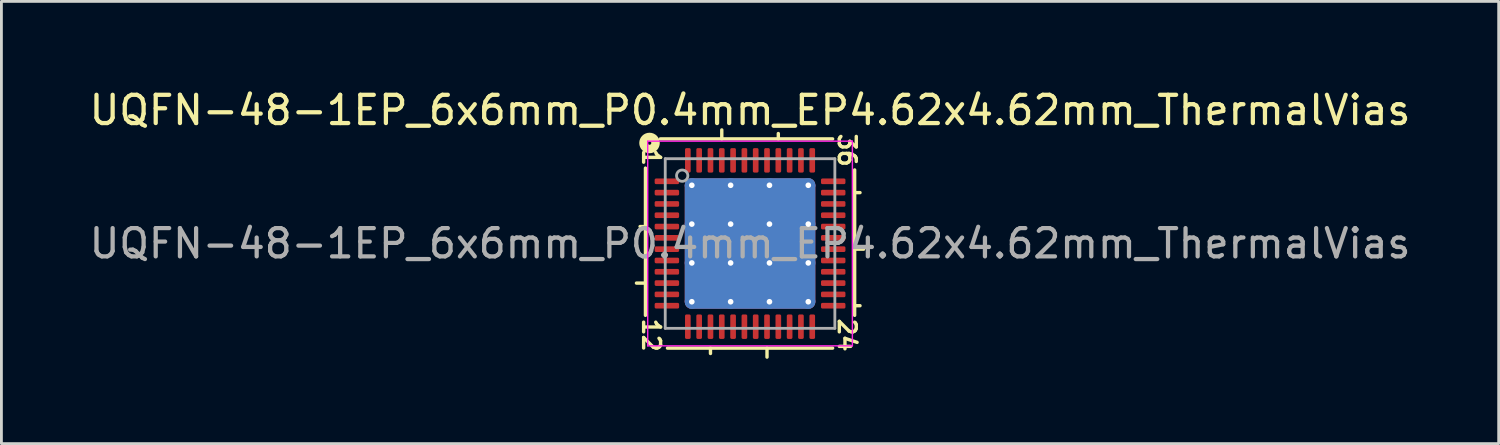
<source format=kicad_pcb>
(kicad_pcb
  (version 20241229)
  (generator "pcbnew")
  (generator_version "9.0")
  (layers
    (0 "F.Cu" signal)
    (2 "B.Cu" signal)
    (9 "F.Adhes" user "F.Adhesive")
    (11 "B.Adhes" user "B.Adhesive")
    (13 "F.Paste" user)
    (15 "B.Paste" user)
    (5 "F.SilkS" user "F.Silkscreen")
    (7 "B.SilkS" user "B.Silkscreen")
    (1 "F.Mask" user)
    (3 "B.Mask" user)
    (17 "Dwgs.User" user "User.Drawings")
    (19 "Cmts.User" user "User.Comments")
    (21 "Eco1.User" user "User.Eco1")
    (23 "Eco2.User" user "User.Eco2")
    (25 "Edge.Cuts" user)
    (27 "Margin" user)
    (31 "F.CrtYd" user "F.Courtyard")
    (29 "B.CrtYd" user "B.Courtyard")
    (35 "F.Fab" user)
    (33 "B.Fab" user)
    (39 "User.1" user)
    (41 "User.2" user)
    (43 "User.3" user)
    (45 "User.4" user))
  (footprint "UQFN-48-1EP_6x6mm_P0.4mm_EP4.62x4.62mm_ThermalVias"
    (layer "F.Cu")
    (at 23.482 5.564)
    (property "Reference" "UQFN-48-1EP_6x6mm_P0.4mm_EP4.62x4.62mm_ThermalVias" (at 0 -4.716 0) (layer "F.SilkS") (effects (font (size 1 1) (thickness 0.15))))
    (attr smd)
    (fp_line (start -3.7 -2.667) (end -3.7 2.54) (stroke (width 0.12) (type solid)) (layer "F.SilkS"))
    (fp_line (start -3.7 -0.6) (end -3.89 -0.6) (stroke (width 0.12) (type solid)) (layer "F.SilkS"))
    (fp_line (start -3.7 1.4) (end -4.018 1.4) (stroke (width 0.12) (type solid)) (layer "F.SilkS"))
    (fp_line (start -2.921 3.7) (end 2.921 3.7) (stroke (width 0.12) (type solid)) (layer "F.SilkS"))
    (fp_line (start -1.4 3.89) (end -1.4 3.7) (stroke (width 0.12) (type solid)) (layer "F.SilkS"))
    (fp_line (start -1 -3.7) (end -1 -4.018) (stroke (width 0.12) (type solid)) (layer "F.SilkS"))
    (fp_line (start 0.6 3.7) (end 0.6 4.018) (stroke (width 0.12) (type solid)) (layer "F.SilkS"))
    (fp_line (start 1 -3.7) (end 1 -3.89) (stroke (width 0.12) (type solid)) (layer "F.SilkS"))
    (fp_line (start 2.921 -3.7) (end -3.175 -3.7) (stroke (width 0.12) (type solid)) (layer "F.SilkS"))
    (fp_line (start 3.7 -1.8) (end 3.89 -1.8) (stroke (width 0.12) (type solid)) (layer "F.SilkS"))
    (fp_line (start 3.7 0.2) (end 4.018 0.2) (stroke (width 0.12) (type solid)) (layer "F.SilkS"))
    (fp_line (start 3.7 2.2) (end 3.89 2.2) (stroke (width 0.12) (type solid)) (layer "F.SilkS"))
    (fp_line (start 3.7 2.54) (end 3.7 -2.603) (stroke (width 0.12) (type solid)) (layer "F.SilkS"))
    (fp_circle (center -3.556 -3.556) (end -3.493 -3.556) (stroke (width 0.3) (type solid)) (fill no) (layer "F.SilkS"))
    (fp_line (start -3.62 -3.62) (end -3.62 3.62) (stroke (width 0.05) (type solid)) (layer "F.CrtYd"))
    (fp_line (start -3.62 3.62) (end 3.62 3.62) (stroke (width 0.05) (type solid)) (layer "F.CrtYd"))
    (fp_line (start 3.62 -3.62) (end -3.62 -3.62) (stroke (width 0.05) (type solid)) (layer "F.CrtYd"))
    (fp_line (start 3.62 3.62) (end 3.62 -3.62) (stroke (width 0.05) (type solid)) (layer "F.CrtYd"))
    (fp_line (start -3 -3) (end 3 -3) (stroke (width 0.1) (type solid)) (layer "F.Fab"))
    (fp_line (start -3 3) (end -3 -3) (stroke (width 0.1) (type solid)) (layer "F.Fab"))
    (fp_line (start 3 -3) (end 3 3) (stroke (width 0.1) (type solid)) (layer "F.Fab"))
    (fp_line (start 3 3) (end -3 3) (stroke (width 0.1) (type solid)) (layer "F.Fab"))
    (fp_circle (center -2.4 -2.4) (end -2.2 -2.4) (stroke (width 0.1) (type solid)) (fill no) (layer "F.Fab"))
    (fp_text user "12" (at -3.493 3.239 270) (unlocked yes) (layer "F.SilkS") (effects (font (size 0.6 0.6) (thickness 0.12))))
    (fp_text user "36" (at 3.429 -3.302 270) (unlocked yes) (layer "F.SilkS") (effects (font (size 0.6 0.6) (thickness 0.12))))
    (fp_text user "1" (at -3.493 -3.048 270) (unlocked yes) (layer "F.SilkS") (effects (font (size 0.6 0.6) (thickness 0.12))))
    (fp_text user "24" (at 3.429 3.239 270) (unlocked yes) (layer "F.SilkS") (effects (font (size 0.6 0.6) (thickness 0.12))))
    (fp_text user "${REFERENCE}" (at 0 0 0) (layer "F.Fab") (effects (font (size 1 1) (thickness 0.15))))
    (pad "" smd roundrect (at -1.373 -1.373) (size 1.193 1.193) (layers "F.Paste") (roundrect_rratio 0.21))
    (pad "" smd roundrect (at -1.373 0) (size 1.193 1.193) (layers "F.Paste") (roundrect_rratio 0.21))
    (pad "" smd roundrect (at -1.373 1.373) (size 1.193 1.193) (layers "F.Paste") (roundrect_rratio 0.21))
    (pad "" smd roundrect (at 0 -1.373) (size 1.193 1.193) (layers "F.Paste") (roundrect_rratio 0.21))
    (pad "" smd roundrect (at 0 0) (size 1.193 1.193) (layers "F.Paste") (roundrect_rratio 0.21))
    (pad "" smd roundrect (at 0 1.373) (size 1.193 1.193) (layers "F.Paste") (roundrect_rratio 0.21))
    (pad "" smd roundrect (at 1.373 -1.373) (size 1.193 1.193) (layers "F.Paste") (roundrect_rratio 0.21))
    (pad "" smd roundrect (at 1.373 0) (size 1.193 1.193) (layers "F.Paste") (roundrect_rratio 0.21))
    (pad "" smd roundrect (at 1.373 1.373) (size 1.193 1.193) (layers "F.Paste") (roundrect_rratio 0.21))
    (pad "1" smd roundrect (at -2.942 -2.2) (size 0.865 0.2) (layers "F.Cu" "F.Mask" "F.Paste") (roundrect_rratio 0.25))
    (pad "2" smd roundrect (at -2.942 -1.8) (size 0.865 0.2) (layers "F.Cu" "F.Mask" "F.Paste") (roundrect_rratio 0.25))
    (pad "3" smd roundrect (at -2.942 -1.4) (size 0.865 0.2) (layers "F.Cu" "F.Mask" "F.Paste") (roundrect_rratio 0.25))
    (pad "4" smd roundrect (at -2.942 -1) (size 0.865 0.2) (layers "F.Cu" "F.Mask" "F.Paste") (roundrect_rratio 0.25))
    (pad "5" smd roundrect (at -2.942 -0.6) (size 0.865 0.2) (layers "F.Cu" "F.Mask" "F.Paste") (roundrect_rratio 0.25))
    (pad "6" smd roundrect (at -2.942 -0.2) (size 0.865 0.2) (layers "F.Cu" "F.Mask" "F.Paste") (roundrect_rratio 0.25))
    (pad "7" smd roundrect (at -2.942 0.2) (size 0.865 0.2) (layers "F.Cu" "F.Mask" "F.Paste") (roundrect_rratio 0.25))
    (pad "8" smd roundrect (at -2.942 0.6) (size 0.865 0.2) (layers "F.Cu" "F.Mask" "F.Paste") (roundrect_rratio 0.25))
    (pad "9" smd roundrect (at -2.942 1) (size 0.865 0.2) (layers "F.Cu" "F.Mask" "F.Paste") (roundrect_rratio 0.25))
    (pad "10" smd roundrect (at -2.942 1.4) (size 0.865 0.2) (layers "F.Cu" "F.Mask" "F.Paste") (roundrect_rratio 0.25))
    (pad "11" smd roundrect (at -2.942 1.8) (size 0.865 0.2) (layers "F.Cu" "F.Mask" "F.Paste") (roundrect_rratio 0.25))
    (pad "12" smd roundrect (at -2.942 2.2) (size 0.865 0.2) (layers "F.Cu" "F.Mask" "F.Paste") (roundrect_rratio 0.25))
    (pad "13" smd roundrect (at -2.2 2.942) (size 0.2 0.865) (layers "F.Cu" "F.Mask" "F.Paste") (roundrect_rratio 0.25))
    (pad "14" smd roundrect (at -1.8 2.942) (size 0.2 0.865) (layers "F.Cu" "F.Mask" "F.Paste") (roundrect_rratio 0.25))
    (pad "15" smd roundrect (at -1.4 2.942) (size 0.2 0.865) (layers "F.Cu" "F.Mask" "F.Paste") (roundrect_rratio 0.25))
    (pad "16" smd roundrect (at -1 2.942) (size 0.2 0.865) (layers "F.Cu" "F.Mask" "F.Paste") (roundrect_rratio 0.25))
    (pad "17" smd roundrect (at -0.6 2.942) (size 0.2 0.865) (layers "F.Cu" "F.Mask" "F.Paste") (roundrect_rratio 0.25))
    (pad "18" smd roundrect (at -0.2 2.942) (size 0.2 0.865) (layers "F.Cu" "F.Mask" "F.Paste") (roundrect_rratio 0.25))
    (pad "19" smd roundrect (at 0.2 2.942) (size 0.2 0.865) (layers "F.Cu" "F.Mask" "F.Paste") (roundrect_rratio 0.25))
    (pad "20" smd roundrect (at 0.6 2.942) (size 0.2 0.865) (layers "F.Cu" "F.Mask" "F.Paste") (roundrect_rratio 0.25))
    (pad "21" smd roundrect (at 1 2.942) (size 0.2 0.865) (layers "F.Cu" "F.Mask" "F.Paste") (roundrect_rratio 0.25))
    (pad "22" smd roundrect (at 1.4 2.942) (size 0.2 0.865) (layers "F.Cu" "F.Mask" "F.Paste") (roundrect_rratio 0.25))
    (pad "23" smd roundrect (at 1.8 2.942) (size 0.2 0.865) (layers "F.Cu" "F.Mask" "F.Paste") (roundrect_rratio 0.25))
    (pad "24" smd roundrect (at 2.2 2.942) (size 0.2 0.865) (layers "F.Cu" "F.Mask" "F.Paste") (roundrect_rratio 0.25))
    (pad "25" smd roundrect (at 2.942 2.2) (size 0.865 0.2) (layers "F.Cu" "F.Mask" "F.Paste") (roundrect_rratio 0.25))
    (pad "26" smd roundrect (at 2.942 1.8) (size 0.865 0.2) (layers "F.Cu" "F.Mask" "F.Paste") (roundrect_rratio 0.25))
    (pad "27" smd roundrect (at 2.942 1.4) (size 0.865 0.2) (layers "F.Cu" "F.Mask" "F.Paste") (roundrect_rratio 0.25))
    (pad "28" smd roundrect (at 2.942 1) (size 0.865 0.2) (layers "F.Cu" "F.Mask" "F.Paste") (roundrect_rratio 0.25))
    (pad "29" smd roundrect (at 2.942 0.6) (size 0.865 0.2) (layers "F.Cu" "F.Mask" "F.Paste") (roundrect_rratio 0.25))
    (pad "30" smd roundrect (at 2.942 0.2) (size 0.865 0.2) (layers "F.Cu" "F.Mask" "F.Paste") (roundrect_rratio 0.25))
    (pad "31" smd roundrect (at 2.942 -0.2) (size 0.865 0.2) (layers "F.Cu" "F.Mask" "F.Paste") (roundrect_rratio 0.25))
    (pad "32" smd roundrect (at 2.942 -0.6) (size 0.865 0.2) (layers "F.Cu" "F.Mask" "F.Paste") (roundrect_rratio 0.25))
    (pad "33" smd roundrect (at 2.942 -1) (size 0.865 0.2) (layers "F.Cu" "F.Mask" "F.Paste") (roundrect_rratio 0.25))
    (pad "34" smd roundrect (at 2.942 -1.4) (size 0.865 0.2) (layers "F.Cu" "F.Mask" "F.Paste") (roundrect_rratio 0.25))
    (pad "35" smd roundrect (at 2.942 -1.8) (size 0.865 0.2) (layers "F.Cu" "F.Mask" "F.Paste") (roundrect_rratio 0.25))
    (pad "36" smd roundrect (at 2.942 -2.2) (size 0.865 0.2) (layers "F.Cu" "F.Mask" "F.Paste") (roundrect_rratio 0.25))
    (pad "37" smd roundrect (at 2.2 -2.942) (size 0.2 0.865) (layers "F.Cu" "F.Mask" "F.Paste") (roundrect_rratio 0.25))
    (pad "38" smd roundrect (at 1.8 -2.942) (size 0.2 0.865) (layers "F.Cu" "F.Mask" "F.Paste") (roundrect_rratio 0.25))
    (pad "39" smd roundrect (at 1.4 -2.942) (size 0.2 0.865) (layers "F.Cu" "F.Mask" "F.Paste") (roundrect_rratio 0.25))
    (pad "40" smd roundrect (at 1 -2.942) (size 0.2 0.865) (layers "F.Cu" "F.Mask" "F.Paste") (roundrect_rratio 0.25))
    (pad "41" smd roundrect (at 0.6 -2.942) (size 0.2 0.865) (layers "F.Cu" "F.Mask" "F.Paste") (roundrect_rratio 0.25))
    (pad "42" smd roundrect (at 0.2 -2.942) (size 0.2 0.865) (layers "F.Cu" "F.Mask" "F.Paste") (roundrect_rratio 0.25))
    (pad "43" smd roundrect (at -0.2 -2.942) (size 0.2 0.865) (layers "F.Cu" "F.Mask" "F.Paste") (roundrect_rratio 0.25))
    (pad "44" smd roundrect (at -0.6 -2.942) (size 0.2 0.865) (layers "F.Cu" "F.Mask" "F.Paste") (roundrect_rratio 0.25))
    (pad "45" smd roundrect (at -1 -2.942) (size 0.2 0.865) (layers "F.Cu" "F.Mask" "F.Paste") (roundrect_rratio 0.25))
    (pad "46" smd roundrect (at -1.4 -2.942) (size 0.2 0.865) (layers "F.Cu" "F.Mask" "F.Paste") (roundrect_rratio 0.25))
    (pad "47" smd roundrect (at -1.8 -2.942) (size 0.2 0.865) (layers "F.Cu" "F.Mask" "F.Paste") (roundrect_rratio 0.25))
    (pad "48" smd roundrect (at -2.2 -2.942) (size 0.2 0.865) (layers "F.Cu" "F.Mask" "F.Paste") (roundrect_rratio 0.25))
    (pad "49" thru_hole circle (at -2.06 -2.06) (size 0.5 0.5) (drill 0.2) (property pad_prop_heatsink) (layers "*.Cu"))
    (pad "49" thru_hole circle (at -2.06 -0.687) (size 0.5 0.5) (drill 0.2) (property pad_prop_heatsink) (layers "*.Cu"))
    (pad "49" thru_hole circle (at -2.06 0.687) (size 0.5 0.5) (drill 0.2) (property pad_prop_heatsink) (layers "*.Cu"))
    (pad "49" thru_hole circle (at -2.06 2.06) (size 0.5 0.5) (drill 0.2) (property pad_prop_heatsink) (layers "*.Cu"))
    (pad "49" thru_hole circle (at -0.687 -2.06) (size 0.5 0.5) (drill 0.2) (property pad_prop_heatsink) (layers "*.Cu"))
    (pad "49" thru_hole circle (at -0.687 -0.687) (size 0.5 0.5) (drill 0.2) (property pad_prop_heatsink) (layers "*.Cu"))
    (pad "49" thru_hole circle (at -0.687 0.687) (size 0.5 0.5) (drill 0.2) (property pad_prop_heatsink) (layers "*.Cu"))
    (pad "49" thru_hole circle (at -0.687 2.06) (size 0.5 0.5) (drill 0.2) (property pad_prop_heatsink) (layers "*.Cu"))
    (pad "49" smd roundrect (at 0 0) (size 4.62 4.62) (layers "F.Cu" "F.Mask") (roundrect_rratio 0.054))
    (pad "49" smd roundrect (at 0 0) (size 4.62 4.62) (layers "B.Cu") (roundrect_rratio 0.054))
    (pad "49" thru_hole circle (at 0.687 -2.06) (size 0.5 0.5) (drill 0.2) (property pad_prop_heatsink) (layers "*.Cu"))
    (pad "49" thru_hole circle (at 0.687 -0.687) (size 0.5 0.5) (drill 0.2) (property pad_prop_heatsink) (layers "*.Cu"))
    (pad "49" thru_hole circle (at 0.687 0.687) (size 0.5 0.5) (drill 0.2) (property pad_prop_heatsink) (layers "*.Cu"))
    (pad "49" thru_hole circle (at 0.687 2.06) (size 0.5 0.5) (drill 0.2) (property pad_prop_heatsink) (layers "*.Cu"))
    (pad "49" thru_hole circle (at 2.06 -2.06) (size 0.5 0.5) (drill 0.2) (property pad_prop_heatsink) (layers "*.Cu"))
    (pad "49" thru_hole circle (at 2.06 -0.687) (size 0.5 0.5) (drill 0.2) (property pad_prop_heatsink) (layers "*.Cu"))
    (pad "49" thru_hole circle (at 2.06 0.687) (size 0.5 0.5) (drill 0.2) (property pad_prop_heatsink) (layers "*.Cu"))
    (pad "49" thru_hole circle (at 2.06 2.06) (size 0.5 0.5) (drill 0.2) (property pad_prop_heatsink) (layers "*.Cu")))
  (gr_rect
    (start -3 -3)
    (end 49.964 12.642)
    (stroke (width 0.1) (type default))
    (fill no)
    (layer "Edge.Cuts")))
</source>
